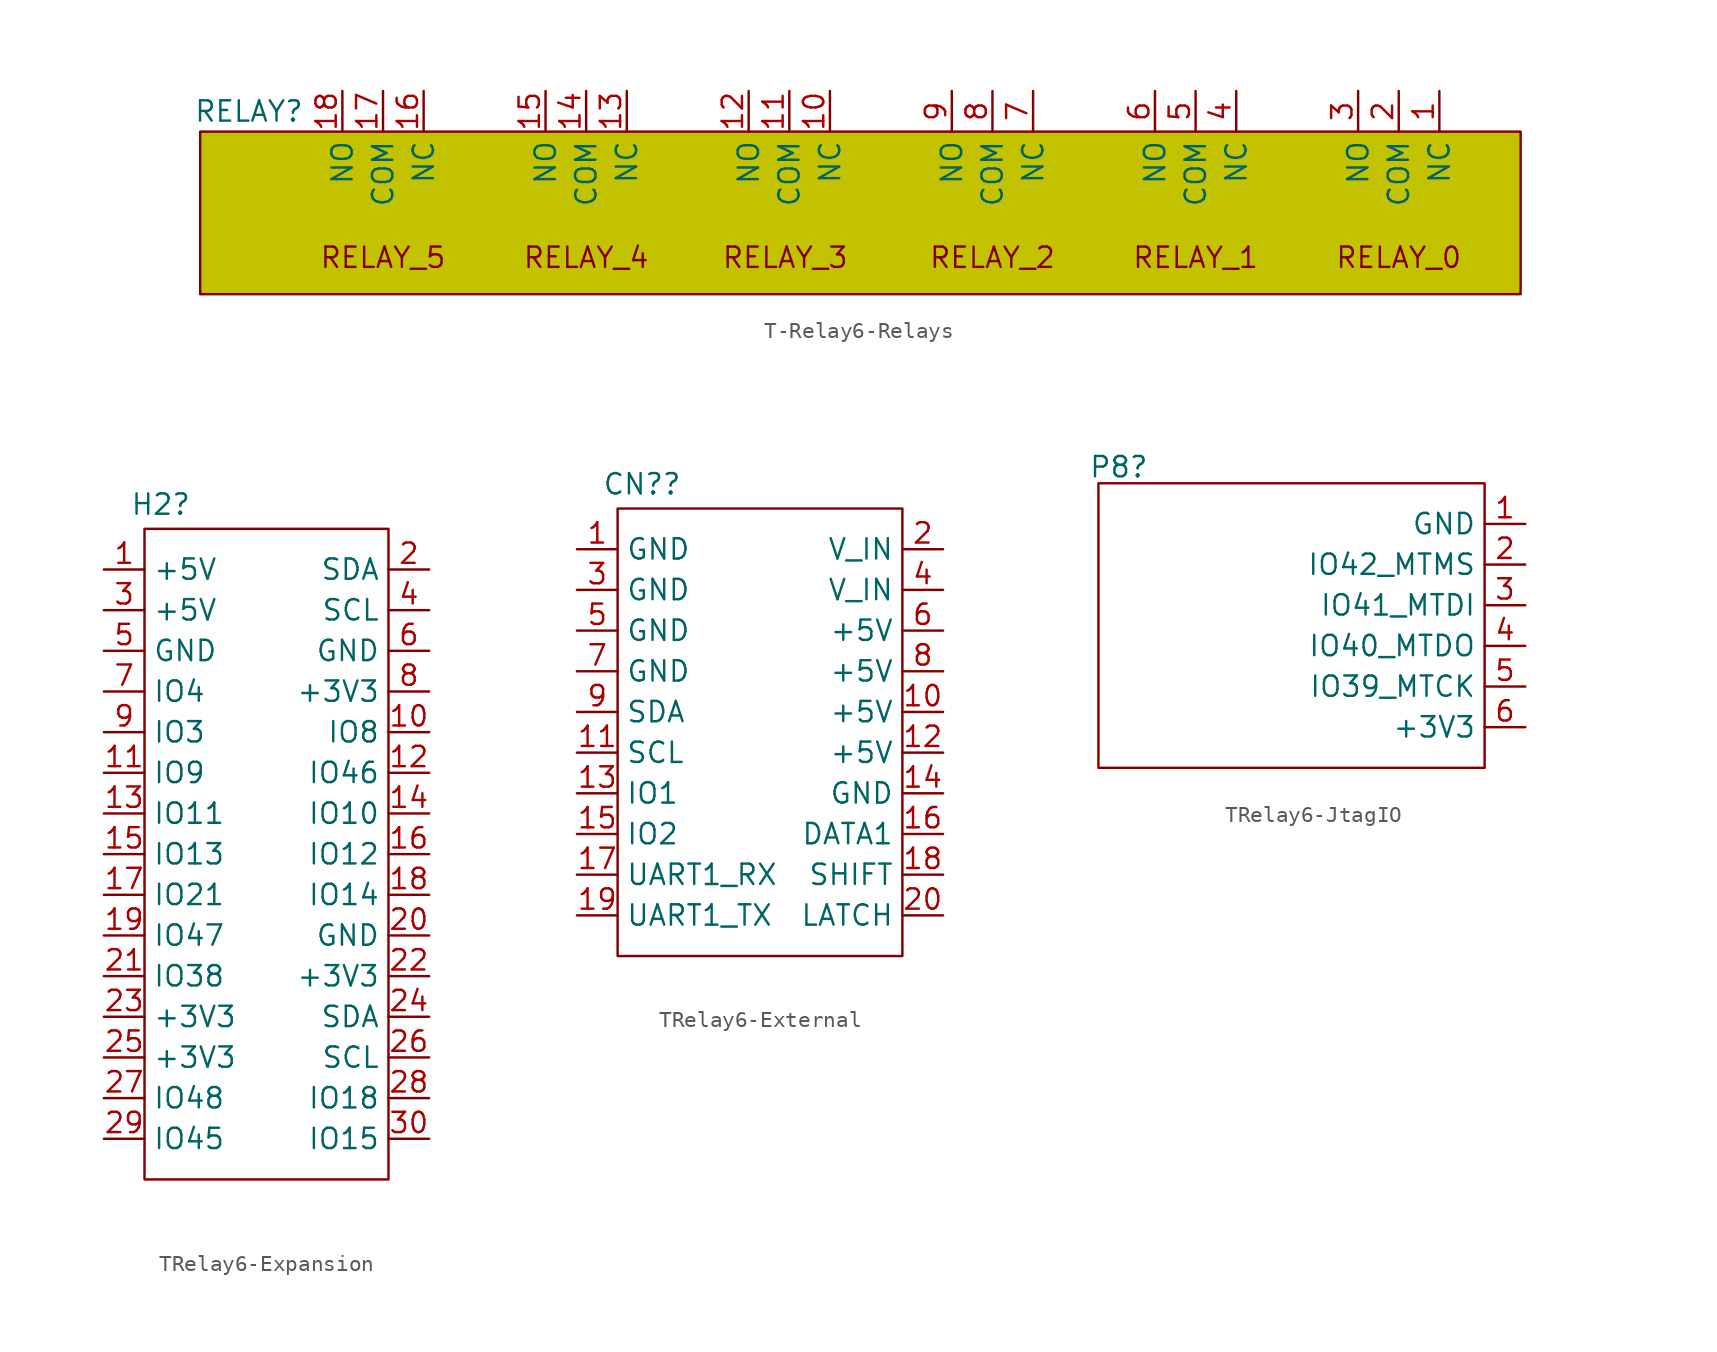
<source format=kicad_sym>
(kicad_symbol_lib
  (version 20241209)
  (generator "kicad_symbol_editor")
  (generator_version "9.0")
  (symbol "T-Relay6-Relays"
    (property "Reference" "RELAY"
      (at 3.048 0 0)
      (effects (font (size 1.27 1.27))))
    (property "Value" ""
      (at 0 0 0)
      (effects (font (size 1.27 1.27))))
    (symbol "T-Relay6-Relays_0_1"
      (rectangle (start 0 -1.27) (end 82.55 -11.43) (stroke (width 0) (type default)) (fill (type color) (color 194 194 0 1))))
    (symbol "T-Relay6-Relays_1_1"
      (text "RELAY_5" (at 11.43 -9.144 0) (effects (font (size 1.27 1.27))))
      (text "RELAY_4" (at 24.13 -9.144 0) (effects (font (size 1.27 1.27))))
      (text "RELAY_3" (at 36.576 -9.144 0) (effects (font (size 1.27 1.27))))
      (text "RELAY_2" (at 49.53 -9.144 0) (effects (font (size 1.27 1.27))))
      (text "RELAY_1" (at 62.23 -9.144 0) (effects (font (size 1.27 1.27))))
      (text "RELAY_0" (at 74.93 -9.144 0) (effects (font (size 1.27 1.27))))
      (pin bidirectional line (at 8.89 1.27 270) (length 2.54) (name "NO" (effects (font (size 1.27 1.27)))) (number "18" (effects (font (size 1.27 1.27)))))
      (pin bidirectional line (at 11.43 1.27 270) (length 2.54) (name "COM" (effects (font (size 1.27 1.27)))) (number "17" (effects (font (size 1.27 1.27)))))
      (pin bidirectional line (at 13.97 1.27 270) (length 2.54) (name "NC" (effects (font (size 1.27 1.27)))) (number "16" (effects (font (size 1.27 1.27)))))
      (pin bidirectional line (at 21.59 1.27 270) (length 2.54) (name "NO" (effects (font (size 1.27 1.27)))) (number "15" (effects (font (size 1.27 1.27)))))
      (pin bidirectional line (at 24.13 1.27 270) (length 2.54) (name "COM" (effects (font (size 1.27 1.27)))) (number "14" (effects (font (size 1.27 1.27)))))
      (pin bidirectional line (at 26.67 1.27 270) (length 2.54) (name "NC" (effects (font (size 1.27 1.27)))) (number "13" (effects (font (size 1.27 1.27)))))
      (pin bidirectional line (at 34.29 1.27 270) (length 2.54) (name "NO" (effects (font (size 1.27 1.27)))) (number "12" (effects (font (size 1.27 1.27)))))
      (pin bidirectional line (at 36.83 1.27 270) (length 2.54) (name "COM" (effects (font (size 1.27 1.27)))) (number "11" (effects (font (size 1.27 1.27)))))
      (pin bidirectional line (at 39.37 1.27 270) (length 2.54) (name "NC" (effects (font (size 1.27 1.27)))) (number "10" (effects (font (size 1.27 1.27)))))
      (pin bidirectional line (at 46.99 1.27 270) (length 2.54) (name "NO" (effects (font (size 1.27 1.27)))) (number "9" (effects (font (size 1.27 1.27)))))
      (pin bidirectional line (at 49.53 1.27 270) (length 2.54) (name "COM" (effects (font (size 1.27 1.27)))) (number "8" (effects (font (size 1.27 1.27)))))
      (pin bidirectional line (at 52.07 1.27 270) (length 2.54) (name "NC" (effects (font (size 1.27 1.27)))) (number "7" (effects (font (size 1.27 1.27)))))
      (pin bidirectional line (at 59.69 1.27 270) (length 2.54) (name "NO" (effects (font (size 1.27 1.27)))) (number "6" (effects (font (size 1.27 1.27)))))
      (pin bidirectional line (at 62.23 1.27 270) (length 2.54) (name "COM" (effects (font (size 1.27 1.27)))) (number "5" (effects (font (size 1.27 1.27)))))
      (pin bidirectional line (at 64.77 1.27 270) (length 2.54) (name "NC" (effects (font (size 1.27 1.27)))) (number "4" (effects (font (size 1.27 1.27)))))
      (pin bidirectional line (at 72.39 1.27 270) (length 2.54) (name "NO" (effects (font (size 1.27 1.27)))) (number "3" (effects (font (size 1.27 1.27)))))
      (pin bidirectional line (at 74.93 1.27 270) (length 2.54) (name "COM" (effects (font (size 1.27 1.27)))) (number "2" (effects (font (size 1.27 1.27)))))
      (pin bidirectional line (at 77.47 1.27 270) (length 2.54) (name "NC" (effects (font (size 1.27 1.27)))) (number "1" (effects (font (size 1.27 1.27)))))))
  (symbol "TRelay6-Expansion"
    (property "Reference" "H2"
      (at 1.016 1.524 0)
      (effects (font (size 1.27 1.27))))
    (property "Value" ""
      (at 0 0 0)
      (effects (font (size 1.27 1.27))))
    (symbol "TRelay6-Expansion_0_1"
      (rectangle (start 0 0) (end 15.24 -40.64) (stroke (width 0) (type default)) (fill (type none))))
    (symbol "TRelay6-Expansion_1_1"
      (pin bidirectional line (at -2.54 -2.54 0) (length 2.54) (name "+5V" (effects (font (size 1.27 1.27)))) (number "1" (effects (font (size 1.27 1.27)))))
      (pin bidirectional line (at -2.54 -5.08 0) (length 2.54) (name "+5V" (effects (font (size 1.27 1.27)))) (number "3" (effects (font (size 1.27 1.27)))))
      (pin bidirectional line (at -2.54 -7.62 0) (length 2.54) (name "GND" (effects (font (size 1.27 1.27)))) (number "5" (effects (font (size 1.27 1.27)))))
      (pin bidirectional line (at -2.54 -10.16 0) (length 2.54) (name "IO4" (effects (font (size 1.27 1.27)))) (number "7" (effects (font (size 1.27 1.27)))))
      (pin bidirectional line (at -2.54 -12.7 0) (length 2.54) (name "IO3" (effects (font (size 1.27 1.27)))) (number "9" (effects (font (size 1.27 1.27)))))
      (pin bidirectional line (at -2.54 -15.24 0) (length 2.54) (name "IO9" (effects (font (size 1.27 1.27)))) (number "11" (effects (font (size 1.27 1.27)))))
      (pin bidirectional line (at -2.54 -17.78 0) (length 2.54) (name "IO11" (effects (font (size 1.27 1.27)))) (number "13" (effects (font (size 1.27 1.27)))))
      (pin bidirectional line (at -2.54 -20.32 0) (length 2.54) (name "IO13" (effects (font (size 1.27 1.27)))) (number "15" (effects (font (size 1.27 1.27)))))
      (pin bidirectional line (at -2.54 -22.86 0) (length 2.54) (name "IO21" (effects (font (size 1.27 1.27)))) (number "17" (effects (font (size 1.27 1.27)))))
      (pin bidirectional line (at -2.54 -25.4 0) (length 2.54) (name "IO47" (effects (font (size 1.27 1.27)))) (number "19" (effects (font (size 1.27 1.27)))))
      (pin bidirectional line (at -2.54 -27.94 0) (length 2.54) (name "IO38" (effects (font (size 1.27 1.27)))) (number "21" (effects (font (size 1.27 1.27)))))
      (pin bidirectional line (at -2.54 -30.48 0) (length 2.54) (name "+3V3" (effects (font (size 1.27 1.27)))) (number "23" (effects (font (size 1.27 1.27)))))
      (pin bidirectional line (at -2.54 -33.02 0) (length 2.54) (name "+3V3" (effects (font (size 1.27 1.27)))) (number "25" (effects (font (size 1.27 1.27)))))
      (pin bidirectional line (at -2.54 -35.56 0) (length 2.54) (name "IO48" (effects (font (size 1.27 1.27)))) (number "27" (effects (font (size 1.27 1.27)))))
      (pin bidirectional line (at -2.54 -38.1 0) (length 2.54) (name "IO45" (effects (font (size 1.27 1.27)))) (number "29" (effects (font (size 1.27 1.27)))))
      (pin bidirectional line (at 17.78 -2.54 180) (length 2.54) (name "SDA" (effects (font (size 1.27 1.27)))) (number "2" (effects (font (size 1.27 1.27)))))
      (pin bidirectional line (at 17.78 -5.08 180) (length 2.54) (name "SCL" (effects (font (size 1.27 1.27)))) (number "4" (effects (font (size 1.27 1.27)))))
      (pin bidirectional line (at 17.78 -7.62 180) (length 2.54) (name "GND" (effects (font (size 1.27 1.27)))) (number "6" (effects (font (size 1.27 1.27)))))
      (pin bidirectional line (at 17.78 -10.16 180) (length 2.54) (name "+3V3" (effects (font (size 1.27 1.27)))) (number "8" (effects (font (size 1.27 1.27)))))
      (pin bidirectional line (at 17.78 -12.7 180) (length 2.54) (name "IO8" (effects (font (size 1.27 1.27)))) (number "10" (effects (font (size 1.27 1.27)))))
      (pin bidirectional line (at 17.78 -15.24 180) (length 2.54) (name "IO46" (effects (font (size 1.27 1.27)))) (number "12" (effects (font (size 1.27 1.27)))))
      (pin bidirectional line (at 17.78 -17.78 180) (length 2.54) (name "IO10" (effects (font (size 1.27 1.27)))) (number "14" (effects (font (size 1.27 1.27)))))
      (pin bidirectional line (at 17.78 -20.32 180) (length 2.54) (name "IO12" (effects (font (size 1.27 1.27)))) (number "16" (effects (font (size 1.27 1.27)))))
      (pin bidirectional line (at 17.78 -22.86 180) (length 2.54) (name "IO14" (effects (font (size 1.27 1.27)))) (number "18" (effects (font (size 1.27 1.27)))))
      (pin bidirectional line (at 17.78 -25.4 180) (length 2.54) (name "GND" (effects (font (size 1.27 1.27)))) (number "20" (effects (font (size 1.27 1.27)))))
      (pin bidirectional line (at 17.78 -27.94 180) (length 2.54) (name "+3V3" (effects (font (size 1.27 1.27)))) (number "22" (effects (font (size 1.27 1.27)))))
      (pin bidirectional line (at 17.78 -30.48 180) (length 2.54) (name "SDA" (effects (font (size 1.27 1.27)))) (number "24" (effects (font (size 1.27 1.27)))))
      (pin bidirectional line (at 17.78 -33.02 180) (length 2.54) (name "SCL" (effects (font (size 1.27 1.27)))) (number "26" (effects (font (size 1.27 1.27)))))
      (pin bidirectional line (at 17.78 -35.56 180) (length 2.54) (name "IO18" (effects (font (size 1.27 1.27)))) (number "28" (effects (font (size 1.27 1.27)))))
      (pin bidirectional line (at 17.78 -38.1 180) (length 2.54) (name "IO15" (effects (font (size 1.27 1.27)))) (number "30" (effects (font (size 1.27 1.27)))))))
  (symbol "TRelay6-External"
    (property "Reference" "CN?"
      (at 1.524 1.524 0)
      (effects (font (size 1.27 1.27))))
    (property "Value" ""
      (at 0 0 0)
      (effects (font (size 1.27 1.27))))
    (symbol "TRelay6-External_0_1"
      (rectangle (start 0 0) (end 17.78 -27.94) (stroke (width 0) (type default)) (fill (type none))))
    (symbol "TRelay6-External_1_1"
      (pin bidirectional line (at -2.54 -2.54 0) (length 2.54) (name "GND" (effects (font (size 1.27 1.27)))) (number "1" (effects (font (size 1.27 1.27)))))
      (pin bidirectional line (at -2.54 -5.08 0) (length 2.54) (name "GND" (effects (font (size 1.27 1.27)))) (number "3" (effects (font (size 1.27 1.27)))))
      (pin bidirectional line (at -2.54 -7.62 0) (length 2.54) (name "GND" (effects (font (size 1.27 1.27)))) (number "5" (effects (font (size 1.27 1.27)))))
      (pin bidirectional line (at -2.54 -10.16 0) (length 2.54) (name "GND" (effects (font (size 1.27 1.27)))) (number "7" (effects (font (size 1.27 1.27)))))
      (pin bidirectional line (at -2.54 -12.7 0) (length 2.54) (name "SDA" (effects (font (size 1.27 1.27)))) (number "9" (effects (font (size 1.27 1.27)))))
      (pin bidirectional line (at -2.54 -15.24 0) (length 2.54) (name "SCL" (effects (font (size 1.27 1.27)))) (number "11" (effects (font (size 1.27 1.27)))))
      (pin bidirectional line (at -2.54 -17.78 0) (length 2.54) (name "IO1" (effects (font (size 1.27 1.27)))) (number "13" (effects (font (size 1.27 1.27)))))
      (pin bidirectional line (at -2.54 -20.32 0) (length 2.54) (name "IO2" (effects (font (size 1.27 1.27)))) (number "15" (effects (font (size 1.27 1.27)))))
      (pin bidirectional line (at -2.54 -22.86 0) (length 2.54) (name "UART1_RX" (effects (font (size 1.27 1.27)))) (number "17" (effects (font (size 1.27 1.27)))))
      (pin bidirectional line (at -2.54 -25.4 0) (length 2.54) (name "UART1_TX" (effects (font (size 1.27 1.27)))) (number "19" (effects (font (size 1.27 1.27)))))
      (pin bidirectional line (at 20.32 -2.54 180) (length 2.54) (name "V_IN" (effects (font (size 1.27 1.27)))) (number "2" (effects (font (size 1.27 1.27)))))
      (pin bidirectional line (at 20.32 -5.08 180) (length 2.54) (name "V_IN" (effects (font (size 1.27 1.27)))) (number "4" (effects (font (size 1.27 1.27)))))
      (pin bidirectional line (at 20.32 -7.62 180) (length 2.54) (name "+5V" (effects (font (size 1.27 1.27)))) (number "6" (effects (font (size 1.27 1.27)))))
      (pin bidirectional line (at 20.32 -10.16 180) (length 2.54) (name "+5V" (effects (font (size 1.27 1.27)))) (number "8" (effects (font (size 1.27 1.27)))))
      (pin bidirectional line (at 20.32 -12.7 180) (length 2.54) (name "+5V" (effects (font (size 1.27 1.27)))) (number "10" (effects (font (size 1.27 1.27)))))
      (pin bidirectional line (at 20.32 -15.24 180) (length 2.54) (name "+5V" (effects (font (size 1.27 1.27)))) (number "12" (effects (font (size 1.27 1.27)))))
      (pin bidirectional line (at 20.32 -17.78 180) (length 2.54) (name "GND" (effects (font (size 1.27 1.27)))) (number "14" (effects (font (size 1.27 1.27)))))
      (pin bidirectional line (at 20.32 -20.32 180) (length 2.54) (name "DATA1" (effects (font (size 1.27 1.27)))) (number "16" (effects (font (size 1.27 1.27)))))
      (pin bidirectional line (at 20.32 -22.86 180) (length 2.54) (name "SHIFT" (effects (font (size 1.27 1.27)))) (number "18" (effects (font (size 1.27 1.27)))))
      (pin bidirectional line (at 20.32 -25.4 180) (length 2.54) (name "LATCH" (effects (font (size 1.27 1.27)))) (number "20" (effects (font (size 1.27 1.27)))))))
  (symbol "TRelay6-JtagIO"
    (property "Reference" "P8"
      (at 1.27 1.016 0)
      (effects (font (size 1.27 1.27))))
    (property "Value" ""
      (at 0 0 0)
      (effects (font (size 1.27 1.27))))
    (symbol "TRelay6-JtagIO_0_1"
      (rectangle (start 0 0) (end 24.13 -17.78) (stroke (width 0) (type default)) (fill (type none))))
    (symbol "TRelay6-JtagIO_1_1"
      (pin bidirectional line (at 26.67 -2.54 180) (length 2.54) (name "GND" (effects (font (size 1.27 1.27)))) (number "1" (effects (font (size 1.27 1.27)))))
      (pin bidirectional line (at 26.67 -5.08 180) (length 2.54) (name "IO42_MTMS" (effects (font (size 1.27 1.27)))) (number "2" (effects (font (size 1.27 1.27)))))
      (pin bidirectional line (at 26.67 -7.62 180) (length 2.54) (name "IO41_MTDI" (effects (font (size 1.27 1.27)))) (number "3" (effects (font (size 1.27 1.27)))))
      (pin bidirectional line (at 26.67 -10.16 180) (length 2.54) (name "IO40_MTDO" (effects (font (size 1.27 1.27)))) (number "4" (effects (font (size 1.27 1.27)))))
      (pin bidirectional line (at 26.67 -12.7 180) (length 2.54) (name "IO39_MTCK" (effects (font (size 1.27 1.27)))) (number "5" (effects (font (size 1.27 1.27)))))
      (pin bidirectional line (at 26.67 -15.24 180) (length 2.54) (name "+3V3" (effects (font (size 1.27 1.27)))) (number "6" (effects (font (size 1.27 1.27))))))))
</source>
